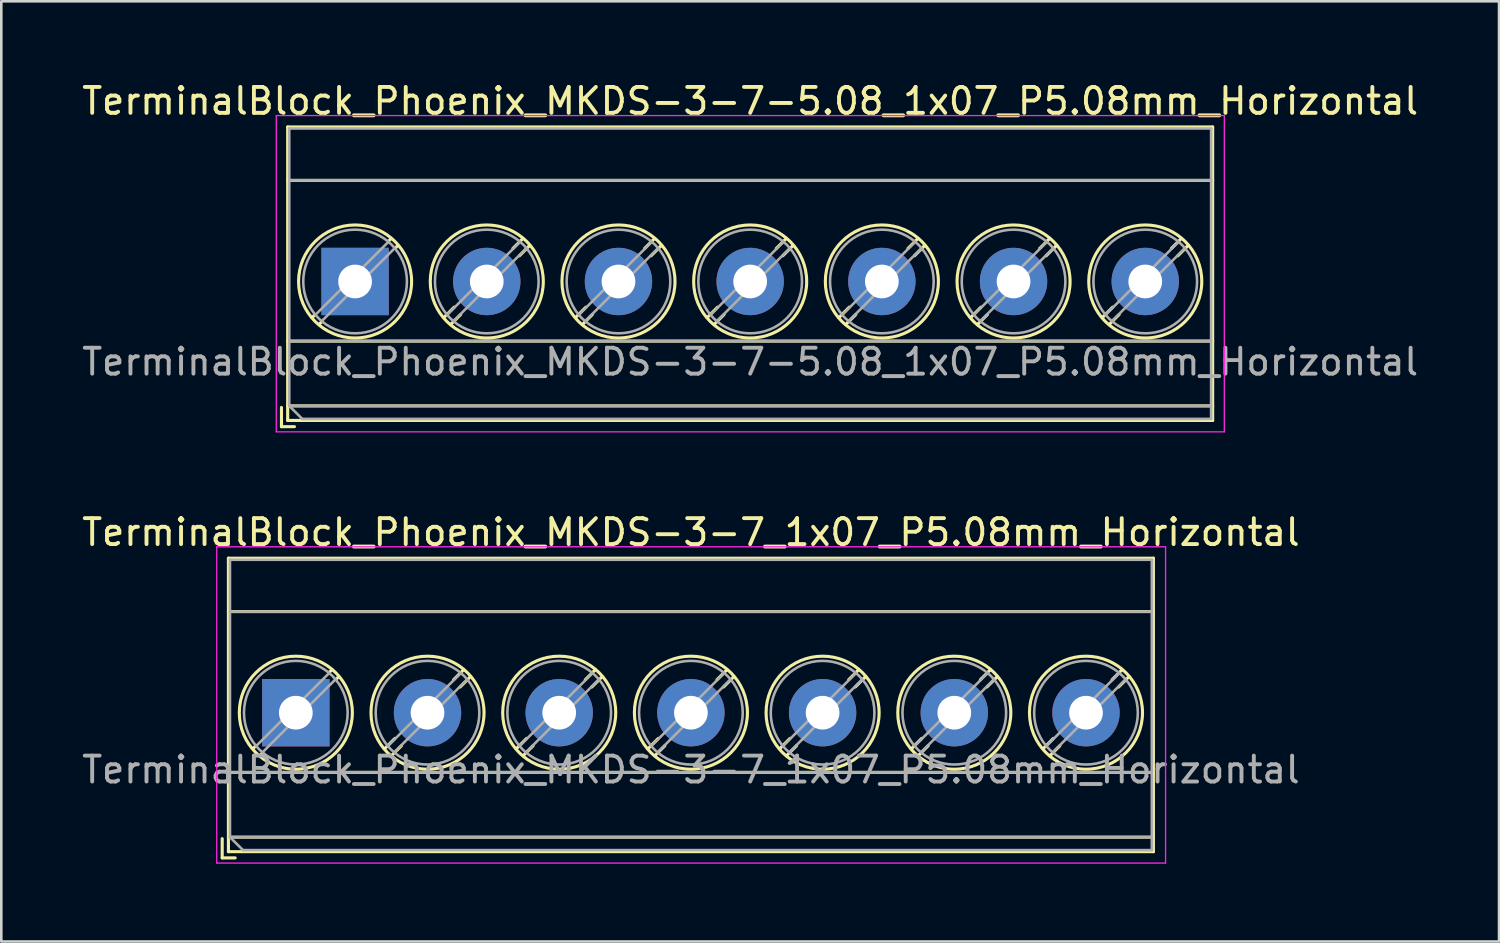
<source format=kicad_pcb>
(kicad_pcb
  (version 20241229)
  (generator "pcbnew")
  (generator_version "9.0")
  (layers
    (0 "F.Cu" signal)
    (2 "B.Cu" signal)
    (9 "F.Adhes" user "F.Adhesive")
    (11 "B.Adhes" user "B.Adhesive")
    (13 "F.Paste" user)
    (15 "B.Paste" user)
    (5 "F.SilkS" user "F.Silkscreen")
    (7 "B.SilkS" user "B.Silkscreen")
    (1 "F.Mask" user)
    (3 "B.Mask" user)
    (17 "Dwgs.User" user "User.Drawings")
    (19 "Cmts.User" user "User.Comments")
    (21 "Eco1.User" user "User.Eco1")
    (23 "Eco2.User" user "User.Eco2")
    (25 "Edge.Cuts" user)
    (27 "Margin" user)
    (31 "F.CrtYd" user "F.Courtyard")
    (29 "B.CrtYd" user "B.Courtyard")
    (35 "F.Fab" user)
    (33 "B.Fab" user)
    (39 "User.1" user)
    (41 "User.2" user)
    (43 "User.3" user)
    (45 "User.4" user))
  (footprint "TerminalBlock_Phoenix_MKDS-3-7-5.08_1x07_P5.08mm_Horizontal"
    (layer "F.Cu")
    (at 10.647 7.808)
    (property "Reference" "TerminalBlock_Phoenix_MKDS-3-7-5.08_1x07_P5.08mm_Horizontal" (at 15.24 -6.96 0) (layer "F.SilkS") (effects (font (size 1 1) (thickness 0.15))))
    (attr through_hole)
    (fp_line (start -2.84 4.86) (end -2.84 5.6) (stroke (width 0.12) (type solid)) (layer "F.SilkS"))
    (fp_line (start -2.84 5.6) (end -2.34 5.6) (stroke (width 0.12) (type solid)) (layer "F.SilkS"))
    (fp_line (start -2.6 -5.96) (end -2.6 5.36) (stroke (width 0.12) (type solid)) (layer "F.SilkS"))
    (fp_line (start -2.6 -5.96) (end 33.08 -5.96) (stroke (width 0.12) (type solid)) (layer "F.SilkS"))
    (fp_line (start -2.6 -3.9) (end 33.08 -3.9) (stroke (width 0.12) (type solid)) (layer "F.SilkS"))
    (fp_line (start -2.6 2.3) (end 33.08 2.3) (stroke (width 0.12) (type solid)) (layer "F.SilkS"))
    (fp_line (start -2.6 4.8) (end 33.08 4.8) (stroke (width 0.12) (type solid)) (layer "F.SilkS"))
    (fp_line (start -2.6 5.36) (end 33.08 5.36) (stroke (width 0.12) (type solid)) (layer "F.SilkS"))
    (fp_line (start -1.548 1.281) (end -1.654 1.388) (stroke (width 0.12) (type solid)) (layer "F.SilkS"))
    (fp_line (start -1.282 1.547) (end -1.388 1.654) (stroke (width 0.12) (type solid)) (layer "F.SilkS"))
    (fp_line (start 1.388 -1.654) (end 1.281 -1.547) (stroke (width 0.12) (type solid)) (layer "F.SilkS"))
    (fp_line (start 1.654 -1.388) (end 1.547 -1.281) (stroke (width 0.12) (type solid)) (layer "F.SilkS"))
    (fp_line (start 3.822 0.992) (end 3.427 1.388) (stroke (width 0.12) (type solid)) (layer "F.SilkS"))
    (fp_line (start 4.073 1.274) (end 3.693 1.654) (stroke (width 0.12) (type solid)) (layer "F.SilkS"))
    (fp_line (start 6.468 -1.654) (end 6.088 -1.274) (stroke (width 0.12) (type solid)) (layer "F.SilkS"))
    (fp_line (start 6.734 -1.388) (end 6.339 -0.992) (stroke (width 0.12) (type solid)) (layer "F.SilkS"))
    (fp_line (start 8.902 0.992) (end 8.507 1.388) (stroke (width 0.12) (type solid)) (layer "F.SilkS"))
    (fp_line (start 9.153 1.274) (end 8.773 1.654) (stroke (width 0.12) (type solid)) (layer "F.SilkS"))
    (fp_line (start 11.548 -1.654) (end 11.168 -1.274) (stroke (width 0.12) (type solid)) (layer "F.SilkS"))
    (fp_line (start 11.814 -1.388) (end 11.419 -0.992) (stroke (width 0.12) (type solid)) (layer "F.SilkS"))
    (fp_line (start 13.982 0.992) (end 13.587 1.388) (stroke (width 0.12) (type solid)) (layer "F.SilkS"))
    (fp_line (start 14.233 1.274) (end 13.853 1.654) (stroke (width 0.12) (type solid)) (layer "F.SilkS"))
    (fp_line (start 16.628 -1.654) (end 16.248 -1.274) (stroke (width 0.12) (type solid)) (layer "F.SilkS"))
    (fp_line (start 16.894 -1.388) (end 16.499 -0.992) (stroke (width 0.12) (type solid)) (layer "F.SilkS"))
    (fp_line (start 19.062 0.992) (end 18.667 1.388) (stroke (width 0.12) (type solid)) (layer "F.SilkS"))
    (fp_line (start 19.313 1.274) (end 18.933 1.654) (stroke (width 0.12) (type solid)) (layer "F.SilkS"))
    (fp_line (start 21.708 -1.654) (end 21.328 -1.274) (stroke (width 0.12) (type solid)) (layer "F.SilkS"))
    (fp_line (start 21.974 -1.388) (end 21.579 -0.992) (stroke (width 0.12) (type solid)) (layer "F.SilkS"))
    (fp_line (start 24.142 0.992) (end 23.747 1.388) (stroke (width 0.12) (type solid)) (layer "F.SilkS"))
    (fp_line (start 24.393 1.274) (end 24.013 1.654) (stroke (width 0.12) (type solid)) (layer "F.SilkS"))
    (fp_line (start 26.788 -1.654) (end 26.408 -1.274) (stroke (width 0.12) (type solid)) (layer "F.SilkS"))
    (fp_line (start 27.054 -1.388) (end 26.659 -0.992) (stroke (width 0.12) (type solid)) (layer "F.SilkS"))
    (fp_line (start 29.222 0.992) (end 28.827 1.388) (stroke (width 0.12) (type solid)) (layer "F.SilkS"))
    (fp_line (start 29.473 1.274) (end 29.093 1.654) (stroke (width 0.12) (type solid)) (layer "F.SilkS"))
    (fp_line (start 31.868 -1.654) (end 31.488 -1.274) (stroke (width 0.12) (type solid)) (layer "F.SilkS"))
    (fp_line (start 32.134 -1.388) (end 31.739 -0.992) (stroke (width 0.12) (type solid)) (layer "F.SilkS"))
    (fp_line (start 33.08 -5.96) (end 33.08 5.36) (stroke (width 0.12) (type solid)) (layer "F.SilkS"))
    (fp_circle (center 0 0) (end 2.18 0) (stroke (width 0.12) (type solid)) (fill no) (layer "F.SilkS"))
    (fp_circle (center 5.08 0) (end 7.26 0) (stroke (width 0.12) (type solid)) (fill no) (layer "F.SilkS"))
    (fp_circle (center 10.16 0) (end 12.34 0) (stroke (width 0.12) (type solid)) (fill no) (layer "F.SilkS"))
    (fp_circle (center 15.24 0) (end 17.42 0) (stroke (width 0.12) (type solid)) (fill no) (layer "F.SilkS"))
    (fp_circle (center 20.32 0) (end 22.5 0) (stroke (width 0.12) (type solid)) (fill no) (layer "F.SilkS"))
    (fp_circle (center 25.4 0) (end 27.58 0) (stroke (width 0.12) (type solid)) (fill no) (layer "F.SilkS"))
    (fp_circle (center 30.48 0) (end 32.66 0) (stroke (width 0.12) (type solid)) (fill no) (layer "F.SilkS"))
    (fp_line (start -3.04 -6.4) (end -3.04 5.8) (stroke (width 0.05) (type solid)) (layer "F.CrtYd"))
    (fp_line (start -3.04 5.8) (end 33.53 5.8) (stroke (width 0.05) (type solid)) (layer "F.CrtYd"))
    (fp_line (start 33.53 -6.4) (end -3.04 -6.4) (stroke (width 0.05) (type solid)) (layer "F.CrtYd"))
    (fp_line (start 33.53 5.8) (end 33.53 -6.4) (stroke (width 0.05) (type solid)) (layer "F.CrtYd"))
    (fp_line (start -2.54 -5.9) (end 33.02 -5.9) (stroke (width 0.1) (type solid)) (layer "F.Fab"))
    (fp_line (start -2.54 -3.9) (end 33.02 -3.9) (stroke (width 0.1) (type solid)) (layer "F.Fab"))
    (fp_line (start -2.54 2.3) (end 33.02 2.3) (stroke (width 0.1) (type solid)) (layer "F.Fab"))
    (fp_line (start -2.54 4.8) (end -2.54 -5.9) (stroke (width 0.1) (type solid)) (layer "F.Fab"))
    (fp_line (start -2.54 4.8) (end 33.02 4.8) (stroke (width 0.1) (type solid)) (layer "F.Fab"))
    (fp_line (start -2.04 5.3) (end -2.54 4.8) (stroke (width 0.1) (type solid)) (layer "F.Fab"))
    (fp_line (start 1.273 -1.517) (end -1.517 1.273) (stroke (width 0.1) (type solid)) (layer "F.Fab"))
    (fp_line (start 1.517 -1.273) (end -1.273 1.517) (stroke (width 0.1) (type solid)) (layer "F.Fab"))
    (fp_line (start 6.353 -1.517) (end 3.564 1.273) (stroke (width 0.1) (type solid)) (layer "F.Fab"))
    (fp_line (start 6.597 -1.273) (end 3.808 1.517) (stroke (width 0.1) (type solid)) (layer "F.Fab"))
    (fp_line (start 11.433 -1.517) (end 8.644 1.273) (stroke (width 0.1) (type solid)) (layer "F.Fab"))
    (fp_line (start 11.677 -1.273) (end 8.888 1.517) (stroke (width 0.1) (type solid)) (layer "F.Fab"))
    (fp_line (start 16.513 -1.517) (end 13.724 1.273) (stroke (width 0.1) (type solid)) (layer "F.Fab"))
    (fp_line (start 16.757 -1.273) (end 13.968 1.517) (stroke (width 0.1) (type solid)) (layer "F.Fab"))
    (fp_line (start 21.593 -1.517) (end 18.804 1.273) (stroke (width 0.1) (type solid)) (layer "F.Fab"))
    (fp_line (start 21.837 -1.273) (end 19.048 1.517) (stroke (width 0.1) (type solid)) (layer "F.Fab"))
    (fp_line (start 26.673 -1.517) (end 23.884 1.273) (stroke (width 0.1) (type solid)) (layer "F.Fab"))
    (fp_line (start 26.917 -1.273) (end 24.128 1.517) (stroke (width 0.1) (type solid)) (layer "F.Fab"))
    (fp_line (start 31.753 -1.517) (end 28.964 1.273) (stroke (width 0.1) (type solid)) (layer "F.Fab"))
    (fp_line (start 31.997 -1.273) (end 29.208 1.517) (stroke (width 0.1) (type solid)) (layer "F.Fab"))
    (fp_line (start 33.02 -5.9) (end 33.02 5.3) (stroke (width 0.1) (type solid)) (layer "F.Fab"))
    (fp_line (start 33.02 5.3) (end -2.04 5.3) (stroke (width 0.1) (type solid)) (layer "F.Fab"))
    (fp_circle (center 0 0) (end 2 0) (stroke (width 0.1) (type solid)) (fill no) (layer "F.Fab"))
    (fp_circle (center 5.08 0) (end 7.08 0) (stroke (width 0.1) (type solid)) (fill no) (layer "F.Fab"))
    (fp_circle (center 10.16 0) (end 12.16 0) (stroke (width 0.1) (type solid)) (fill no) (layer "F.Fab"))
    (fp_circle (center 15.24 0) (end 17.24 0) (stroke (width 0.1) (type solid)) (fill no) (layer "F.Fab"))
    (fp_circle (center 20.32 0) (end 22.32 0) (stroke (width 0.1) (type solid)) (fill no) (layer "F.Fab"))
    (fp_circle (center 25.4 0) (end 27.4 0) (stroke (width 0.1) (type solid)) (fill no) (layer "F.Fab"))
    (fp_circle (center 30.48 0) (end 32.48 0) (stroke (width 0.1) (type solid)) (fill no) (layer "F.Fab"))
    (fp_text user "${REFERENCE}" (at 15.24 3.1 0) (layer "F.Fab") (effects (font (size 1 1) (thickness 0.15))))
    (pad "1" thru_hole rect (at 0 0) (size 2.6 2.6) (drill 1.3) (layers "*.Cu" "*.Mask"))
    (pad "2" thru_hole circle (at 5.08 0) (size 2.6 2.6) (drill 1.3) (layers "*.Cu" "*.Mask"))
    (pad "3" thru_hole circle (at 10.16 0) (size 2.6 2.6) (drill 1.3) (layers "*.Cu" "*.Mask"))
    (pad "4" thru_hole circle (at 15.24 0) (size 2.6 2.6) (drill 1.3) (layers "*.Cu" "*.Mask"))
    (pad "5" thru_hole circle (at 20.32 0) (size 2.6 2.6) (drill 1.3) (layers "*.Cu" "*.Mask"))
    (pad "6" thru_hole circle (at 25.4 0) (size 2.6 2.6) (drill 1.3) (layers "*.Cu" "*.Mask"))
    (pad "7" thru_hole circle (at 30.48 0) (size 2.6 2.6) (drill 1.3) (layers "*.Cu" "*.Mask")))
  (footprint "TerminalBlock_Phoenix_MKDS-3-7_1x07_P5.08mm_Horizontal"
    (layer "F.Cu")
    (at 8.361 24.442)
    (property "Reference" "TerminalBlock_Phoenix_MKDS-3-7_1x07_P5.08mm_Horizontal" (at 15.24 -6.96 0) (layer "F.SilkS") (effects (font (size 1 1) (thickness 0.15))))
    (attr through_hole)
    (fp_line (start -2.84 4.86) (end -2.84 5.6) (stroke (width 0.12) (type solid)) (layer "F.SilkS"))
    (fp_line (start -2.84 5.6) (end -2.34 5.6) (stroke (width 0.12) (type solid)) (layer "F.SilkS"))
    (fp_line (start -2.6 -5.96) (end -2.6 5.36) (stroke (width 0.12) (type solid)) (layer "F.SilkS"))
    (fp_line (start -2.6 -5.96) (end 33.08 -5.96) (stroke (width 0.12) (type solid)) (layer "F.SilkS"))
    (fp_line (start -2.6 -3.9) (end 33.08 -3.9) (stroke (width 0.12) (type solid)) (layer "F.SilkS"))
    (fp_line (start -2.6 2.3) (end 33.08 2.3) (stroke (width 0.12) (type solid)) (layer "F.SilkS"))
    (fp_line (start -2.6 4.8) (end 33.08 4.8) (stroke (width 0.12) (type solid)) (layer "F.SilkS"))
    (fp_line (start -2.6 5.36) (end 33.08 5.36) (stroke (width 0.12) (type solid)) (layer "F.SilkS"))
    (fp_line (start -1.548 1.281) (end -1.654 1.388) (stroke (width 0.12) (type solid)) (layer "F.SilkS"))
    (fp_line (start -1.282 1.547) (end -1.388 1.654) (stroke (width 0.12) (type solid)) (layer "F.SilkS"))
    (fp_line (start 1.388 -1.654) (end 1.281 -1.547) (stroke (width 0.12) (type solid)) (layer "F.SilkS"))
    (fp_line (start 1.654 -1.388) (end 1.547 -1.281) (stroke (width 0.12) (type solid)) (layer "F.SilkS"))
    (fp_line (start 3.822 0.992) (end 3.427 1.388) (stroke (width 0.12) (type solid)) (layer "F.SilkS"))
    (fp_line (start 4.073 1.274) (end 3.693 1.654) (stroke (width 0.12) (type solid)) (layer "F.SilkS"))
    (fp_line (start 6.468 -1.654) (end 6.088 -1.274) (stroke (width 0.12) (type solid)) (layer "F.SilkS"))
    (fp_line (start 6.734 -1.388) (end 6.339 -0.992) (stroke (width 0.12) (type solid)) (layer "F.SilkS"))
    (fp_line (start 8.902 0.992) (end 8.507 1.388) (stroke (width 0.12) (type solid)) (layer "F.SilkS"))
    (fp_line (start 9.153 1.274) (end 8.773 1.654) (stroke (width 0.12) (type solid)) (layer "F.SilkS"))
    (fp_line (start 11.548 -1.654) (end 11.168 -1.274) (stroke (width 0.12) (type solid)) (layer "F.SilkS"))
    (fp_line (start 11.814 -1.388) (end 11.419 -0.992) (stroke (width 0.12) (type solid)) (layer "F.SilkS"))
    (fp_line (start 13.982 0.992) (end 13.587 1.388) (stroke (width 0.12) (type solid)) (layer "F.SilkS"))
    (fp_line (start 14.233 1.274) (end 13.853 1.654) (stroke (width 0.12) (type solid)) (layer "F.SilkS"))
    (fp_line (start 16.628 -1.654) (end 16.248 -1.274) (stroke (width 0.12) (type solid)) (layer "F.SilkS"))
    (fp_line (start 16.894 -1.388) (end 16.499 -0.992) (stroke (width 0.12) (type solid)) (layer "F.SilkS"))
    (fp_line (start 19.062 0.992) (end 18.667 1.388) (stroke (width 0.12) (type solid)) (layer "F.SilkS"))
    (fp_line (start 19.313 1.274) (end 18.933 1.654) (stroke (width 0.12) (type solid)) (layer "F.SilkS"))
    (fp_line (start 21.708 -1.654) (end 21.328 -1.274) (stroke (width 0.12) (type solid)) (layer "F.SilkS"))
    (fp_line (start 21.974 -1.388) (end 21.579 -0.992) (stroke (width 0.12) (type solid)) (layer "F.SilkS"))
    (fp_line (start 24.142 0.992) (end 23.747 1.388) (stroke (width 0.12) (type solid)) (layer "F.SilkS"))
    (fp_line (start 24.393 1.274) (end 24.013 1.654) (stroke (width 0.12) (type solid)) (layer "F.SilkS"))
    (fp_line (start 26.788 -1.654) (end 26.408 -1.274) (stroke (width 0.12) (type solid)) (layer "F.SilkS"))
    (fp_line (start 27.054 -1.388) (end 26.659 -0.992) (stroke (width 0.12) (type solid)) (layer "F.SilkS"))
    (fp_line (start 29.222 0.992) (end 28.827 1.388) (stroke (width 0.12) (type solid)) (layer "F.SilkS"))
    (fp_line (start 29.473 1.274) (end 29.093 1.654) (stroke (width 0.12) (type solid)) (layer "F.SilkS"))
    (fp_line (start 31.868 -1.654) (end 31.488 -1.274) (stroke (width 0.12) (type solid)) (layer "F.SilkS"))
    (fp_line (start 32.134 -1.388) (end 31.739 -0.992) (stroke (width 0.12) (type solid)) (layer "F.SilkS"))
    (fp_line (start 33.08 -5.96) (end 33.08 5.36) (stroke (width 0.12) (type solid)) (layer "F.SilkS"))
    (fp_circle (center 0 0) (end 2.18 0) (stroke (width 0.12) (type solid)) (fill no) (layer "F.SilkS"))
    (fp_circle (center 5.08 0) (end 7.26 0) (stroke (width 0.12) (type solid)) (fill no) (layer "F.SilkS"))
    (fp_circle (center 10.16 0) (end 12.34 0) (stroke (width 0.12) (type solid)) (fill no) (layer "F.SilkS"))
    (fp_circle (center 15.24 0) (end 17.42 0) (stroke (width 0.12) (type solid)) (fill no) (layer "F.SilkS"))
    (fp_circle (center 20.32 0) (end 22.5 0) (stroke (width 0.12) (type solid)) (fill no) (layer "F.SilkS"))
    (fp_circle (center 25.4 0) (end 27.58 0) (stroke (width 0.12) (type solid)) (fill no) (layer "F.SilkS"))
    (fp_circle (center 30.48 0) (end 32.66 0) (stroke (width 0.12) (type solid)) (fill no) (layer "F.SilkS"))
    (fp_line (start -3.05 -6.4) (end -3.05 5.8) (stroke (width 0.05) (type solid)) (layer "F.CrtYd"))
    (fp_line (start -3.05 5.8) (end 33.55 5.8) (stroke (width 0.05) (type solid)) (layer "F.CrtYd"))
    (fp_line (start 33.55 -6.4) (end -3.05 -6.4) (stroke (width 0.05) (type solid)) (layer "F.CrtYd"))
    (fp_line (start 33.55 5.8) (end 33.55 -6.4) (stroke (width 0.05) (type solid)) (layer "F.CrtYd"))
    (fp_line (start -2.54 -5.9) (end 33.02 -5.9) (stroke (width 0.1) (type solid)) (layer "F.Fab"))
    (fp_line (start -2.54 -3.9) (end 33.02 -3.9) (stroke (width 0.1) (type solid)) (layer "F.Fab"))
    (fp_line (start -2.54 2.3) (end 33.02 2.3) (stroke (width 0.1) (type solid)) (layer "F.Fab"))
    (fp_line (start -2.54 4.8) (end -2.54 -5.9) (stroke (width 0.1) (type solid)) (layer "F.Fab"))
    (fp_line (start -2.54 4.8) (end 33.02 4.8) (stroke (width 0.1) (type solid)) (layer "F.Fab"))
    (fp_line (start -2.04 5.3) (end -2.54 4.8) (stroke (width 0.1) (type solid)) (layer "F.Fab"))
    (fp_line (start 1.273 -1.517) (end -1.517 1.273) (stroke (width 0.1) (type solid)) (layer "F.Fab"))
    (fp_line (start 1.517 -1.273) (end -1.273 1.517) (stroke (width 0.1) (type solid)) (layer "F.Fab"))
    (fp_line (start 6.353 -1.517) (end 3.564 1.273) (stroke (width 0.1) (type solid)) (layer "F.Fab"))
    (fp_line (start 6.597 -1.273) (end 3.808 1.517) (stroke (width 0.1) (type solid)) (layer "F.Fab"))
    (fp_line (start 11.433 -1.517) (end 8.644 1.273) (stroke (width 0.1) (type solid)) (layer "F.Fab"))
    (fp_line (start 11.677 -1.273) (end 8.888 1.517) (stroke (width 0.1) (type solid)) (layer "F.Fab"))
    (fp_line (start 16.513 -1.517) (end 13.724 1.273) (stroke (width 0.1) (type solid)) (layer "F.Fab"))
    (fp_line (start 16.757 -1.273) (end 13.968 1.517) (stroke (width 0.1) (type solid)) (layer "F.Fab"))
    (fp_line (start 21.593 -1.517) (end 18.804 1.273) (stroke (width 0.1) (type solid)) (layer "F.Fab"))
    (fp_line (start 21.837 -1.273) (end 19.048 1.517) (stroke (width 0.1) (type solid)) (layer "F.Fab"))
    (fp_line (start 26.673 -1.517) (end 23.884 1.273) (stroke (width 0.1) (type solid)) (layer "F.Fab"))
    (fp_line (start 26.917 -1.273) (end 24.128 1.517) (stroke (width 0.1) (type solid)) (layer "F.Fab"))
    (fp_line (start 31.753 -1.517) (end 28.964 1.273) (stroke (width 0.1) (type solid)) (layer "F.Fab"))
    (fp_line (start 31.997 -1.273) (end 29.208 1.517) (stroke (width 0.1) (type solid)) (layer "F.Fab"))
    (fp_line (start 33.02 -5.9) (end 33.02 5.3) (stroke (width 0.1) (type solid)) (layer "F.Fab"))
    (fp_line (start 33.02 5.3) (end -2.04 5.3) (stroke (width 0.1) (type solid)) (layer "F.Fab"))
    (fp_circle (center 0 0) (end 2 0) (stroke (width 0.1) (type solid)) (fill no) (layer "F.Fab"))
    (fp_circle (center 5.08 0) (end 7.08 0) (stroke (width 0.1) (type solid)) (fill no) (layer "F.Fab"))
    (fp_circle (center 10.16 0) (end 12.16 0) (stroke (width 0.1) (type solid)) (fill no) (layer "F.Fab"))
    (fp_circle (center 15.24 0) (end 17.24 0) (stroke (width 0.1) (type solid)) (fill no) (layer "F.Fab"))
    (fp_circle (center 20.32 0) (end 22.32 0) (stroke (width 0.1) (type solid)) (fill no) (layer "F.Fab"))
    (fp_circle (center 25.4 0) (end 27.4 0) (stroke (width 0.1) (type solid)) (fill no) (layer "F.Fab"))
    (fp_circle (center 30.48 0) (end 32.48 0) (stroke (width 0.1) (type solid)) (fill no) (layer "F.Fab"))
    (fp_text user "${REFERENCE}" (at 15.24 2.2 0) (layer "F.Fab") (effects (font (size 1 1) (thickness 0.15))))
    (pad "1" thru_hole rect (at 0 0) (size 2.6 2.6) (drill 1.3) (layers "*.Cu" "*.Mask"))
    (pad "2" thru_hole circle (at 5.08 0) (size 2.6 2.6) (drill 1.3) (layers "*.Cu" "*.Mask"))
    (pad "3" thru_hole circle (at 10.16 0) (size 2.6 2.6) (drill 1.3) (layers "*.Cu" "*.Mask"))
    (pad "4" thru_hole circle (at 15.24 0) (size 2.6 2.6) (drill 1.3) (layers "*.Cu" "*.Mask"))
    (pad "5" thru_hole circle (at 20.32 0) (size 2.6 2.6) (drill 1.3) (layers "*.Cu" "*.Mask"))
    (pad "6" thru_hole circle (at 25.4 0) (size 2.6 2.6) (drill 1.3) (layers "*.Cu" "*.Mask"))
    (pad "7" thru_hole circle (at 30.48 0) (size 2.6 2.6) (drill 1.3) (layers "*.Cu" "*.Mask")))
  (gr_rect
    (start -3 -3)
    (end 54.774 33.267)
    (stroke (width 0.1) (type default))
    (fill no)
    (layer "Edge.Cuts")))
</source>
